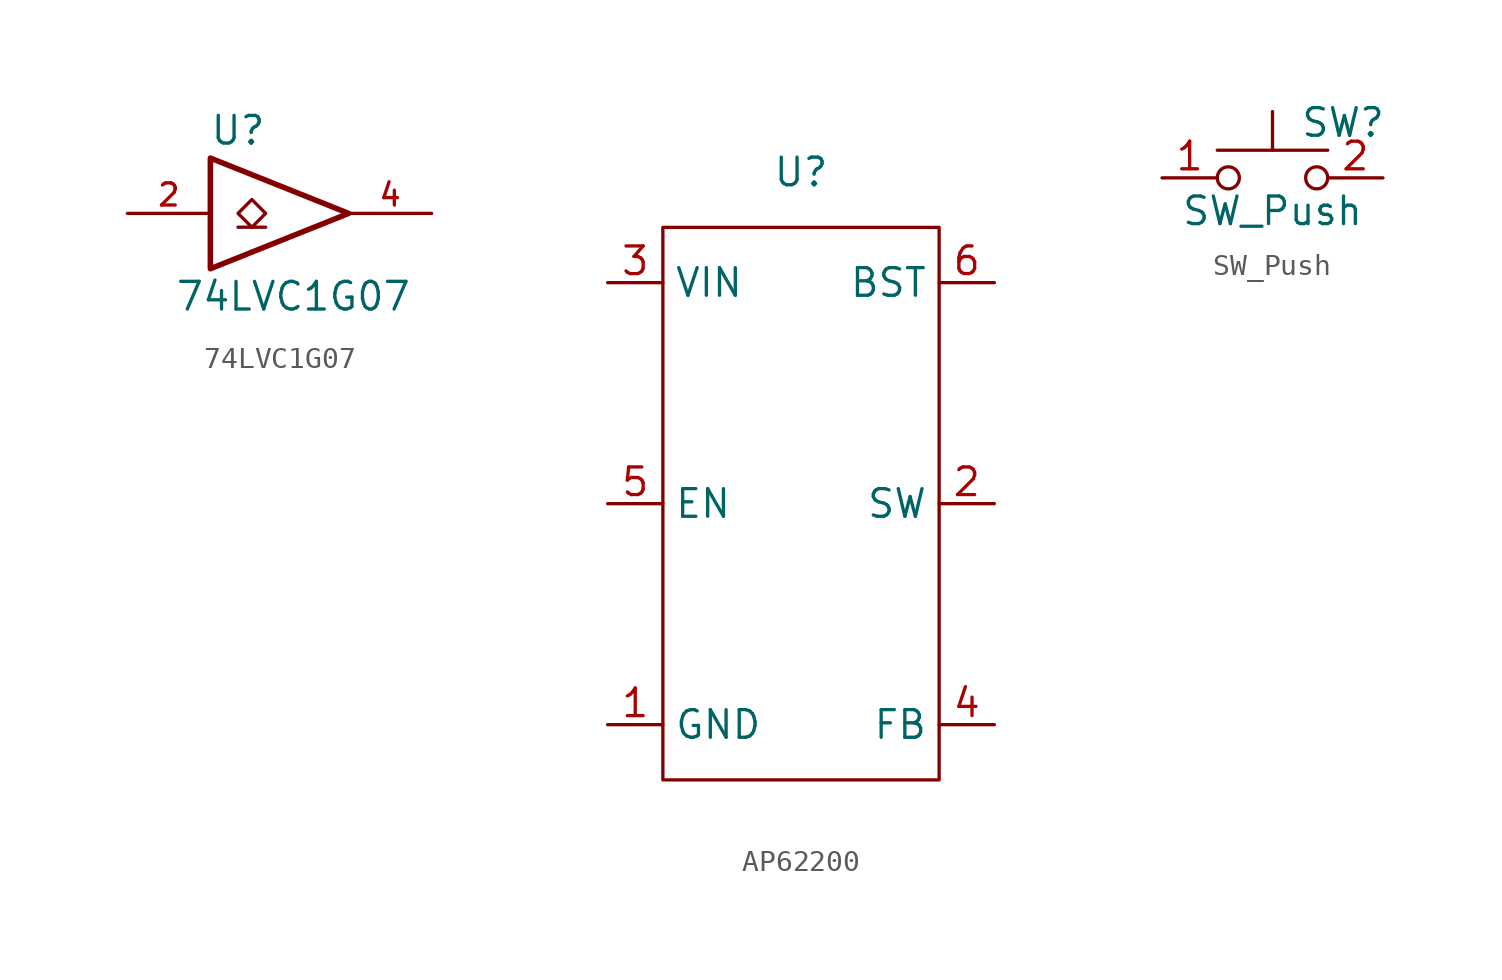
<source format=kicad_sym>
(kicad_symbol_lib
  (version 20220914)
  (generator kicad_symbol_editor)
  (symbol "74LVC1G07"
    (pin_names
      (offset 1.016))
    (property "Reference" "U"
      (at -2.54 3.81 0)
      (effects (font (size 1.27 1.27))))
    (property "Value" "74LVC1G07"
      (at 0 -3.81 0)
      (effects (font (size 1.27 1.27))))
    (symbol "74LVC1G07_0_1"
      (polyline (pts (xy -2.54 -0.635) (xy -1.27 -0.635)) (stroke (width 0) (type default)) (fill (type none)))
      (polyline (pts (xy -3.81 2.54) (xy -3.81 -2.54) (xy 2.54 0) (xy -3.81 2.54)) (stroke (width 0.254) (type default)) (fill (type none)))
      (polyline (pts (xy -1.905 0.635) (xy -2.54 0) (xy -1.905 -0.635) (xy -1.27 0) (xy -1.905 0.635)) (stroke (width 0) (type default)) (fill (type none))))
    (symbol "74LVC1G07_1_1"
      (pin input line (at -7.62 0 0) (length 3.81) (name "~" (effects (font (size 1.016 1.016)))) (number "2" (effects (font (size 1.016 1.016)))))
      (pin power_in line (at 0 -2.54 270) (length 0) hide (name "GND" (effects (font (size 1.016 1.016)))) (number "3" (effects (font (size 1.016 1.016)))))
      (pin open_collector line (at 6.35 0 180) (length 3.81) (name "~" (effects (font (size 1.016 1.016)))) (number "4" (effects (font (size 1.016 1.016)))))
      (pin power_in line (at 0 2.54 90) (length 0) hide (name "VCC" (effects (font (size 1.016 1.016)))) (number "5" (effects (font (size 1.016 1.016)))))))
  (symbol "AP62200"
    (property "Reference" "U"
      (at 0 15.24 0)
      (effects (font (size 1.27 1.27))))
    (property "Value" ""
      (at 0 0 0)
      (effects (font (size 1.27 1.27))))
    (symbol "AP62200_0_1"
      (polyline (pts (xy -6.35 12.7) (xy -6.35 -12.7) (xy 6.35 -12.7) (xy 6.35 12.7) (xy -6.35 12.7)) (stroke (width 0) (type default)) (fill (type none))))
    (symbol "AP62200_1_1"
      (pin input line (at -8.89 -10.16 0) (length 2.54) (name "GND" (effects (font (size 1.27 1.27)))) (number "1" (effects (font (size 1.27 1.27)))))
      (pin input line (at 8.89 0 180) (length 2.54) (name "SW" (effects (font (size 1.27 1.27)))) (number "2" (effects (font (size 1.27 1.27)))))
      (pin input line (at -8.89 10.16 0) (length 2.54) (name "VIN" (effects (font (size 1.27 1.27)))) (number "3" (effects (font (size 1.27 1.27)))))
      (pin input line (at 8.89 -10.16 180) (length 2.54) (name "FB" (effects (font (size 1.27 1.27)))) (number "4" (effects (font (size 1.27 1.27)))))
      (pin input line (at -8.89 0 0) (length 2.54) (name "EN" (effects (font (size 1.27 1.27)))) (number "5" (effects (font (size 1.27 1.27)))))
      (pin input line (at 8.89 10.16 180) (length 2.54) (name "BST" (effects (font (size 1.27 1.27)))) (number "6" (effects (font (size 1.27 1.27)))))))
  (symbol "SW_Push"
    (pin_names
      (offset 1.016) hide)
    (property "Reference" "SW"
      (at 1.27 2.54 0)
      (effects (font (size 1.27 1.27)) (justify left)))
    (property "Value" "SW_Push"
      (at 0 -1.524 0)
      (effects (font (size 1.27 1.27))))
    (symbol "SW_Push_0_1"
      (circle (center -2.032 0) (radius 0.508) (stroke (width 0) (type default)) (fill (type none)))
      (polyline (pts (xy 0 1.27) (xy 0 3.048)) (stroke (width 0) (type default)) (fill (type none)))
      (polyline (pts (xy 2.54 1.27) (xy -2.54 1.27)) (stroke (width 0) (type default)) (fill (type none)))
      (circle (center 2.032 0) (radius 0.508) (stroke (width 0) (type default)) (fill (type none)))
      (pin passive line (at -5.08 0 0) (length 2.54) (name "1" (effects (font (size 1.27 1.27)))) (number "1" (effects (font (size 1.27 1.27)))))
      (pin passive line (at 5.08 0 180) (length 2.54) (name "2" (effects (font (size 1.27 1.27)))) (number "2" (effects (font (size 1.27 1.27))))))))
</source>
